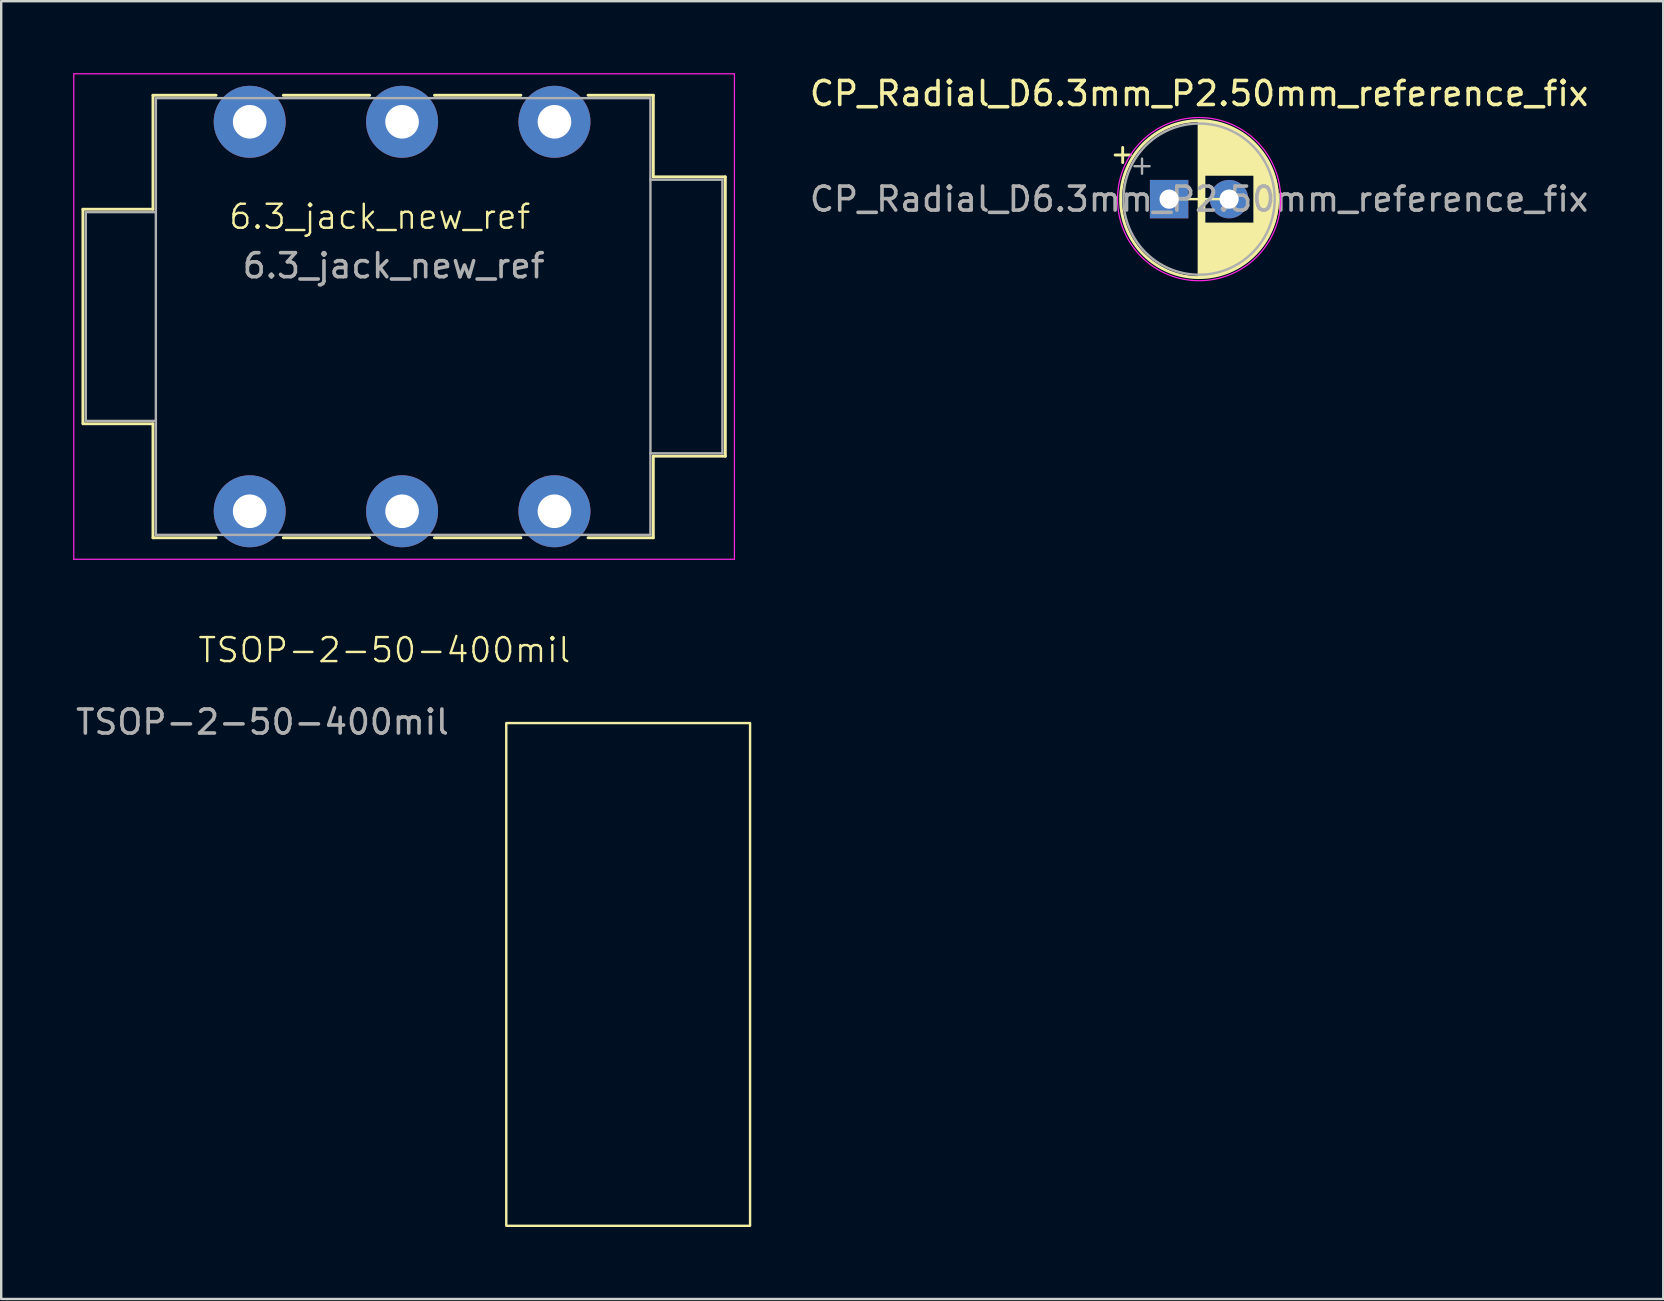
<source format=kicad_pcb>
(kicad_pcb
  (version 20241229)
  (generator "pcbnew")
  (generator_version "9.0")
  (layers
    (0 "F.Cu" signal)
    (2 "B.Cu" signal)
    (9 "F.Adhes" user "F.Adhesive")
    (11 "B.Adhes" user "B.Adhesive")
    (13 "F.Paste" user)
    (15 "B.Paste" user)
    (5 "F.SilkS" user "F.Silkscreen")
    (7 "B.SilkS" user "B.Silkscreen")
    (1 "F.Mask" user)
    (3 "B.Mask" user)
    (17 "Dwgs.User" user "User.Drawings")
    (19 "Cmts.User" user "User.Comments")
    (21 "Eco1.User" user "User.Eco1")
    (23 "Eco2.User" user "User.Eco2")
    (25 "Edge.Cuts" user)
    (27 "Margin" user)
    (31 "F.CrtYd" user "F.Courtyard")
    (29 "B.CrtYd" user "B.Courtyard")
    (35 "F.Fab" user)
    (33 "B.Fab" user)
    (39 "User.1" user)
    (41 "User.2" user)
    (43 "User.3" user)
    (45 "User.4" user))
  (footprint "CP_Radial_D6.3mm_P2.50mm_reference_fix"
    (layer "F.Cu")
    (at 46.914 5.248)
    (property "Reference" "CP_Radial_D6.3mm_P2.50mm_reference_fix" (at 0.005 -4.4 0) (layer "F.SilkS") (effects (font (size 1 1) (thickness 0.15))))
    (attr through_hole)
    (fp_line (start -3.495 -1.839) (end -2.865 -1.839) (stroke (width 0.12) (type solid)) (layer "F.SilkS"))
    (fp_line (start -3.18 -2.154) (end -3.18 -1.524) (stroke (width 0.12) (type solid)) (layer "F.SilkS"))
    (fp_line (start -1.245 0) (end 1.245 0) (stroke (width 0.1) (type default)) (layer "F.SilkS"))
    (fp_line (start 0.005 -3.23) (end 0.005 3.23) (stroke (width 0.12) (type solid)) (layer "F.SilkS"))
    (fp_line (start 0.045 -3.23) (end 0.045 3.23) (stroke (width 0.12) (type solid)) (layer "F.SilkS"))
    (fp_line (start 0.125 -3.228) (end 0.125 3.228) (stroke (width 0.12) (type solid)) (layer "F.SilkS"))
    (fp_line (start 0.205 -3.224) (end 0.205 3.224) (stroke (width 0.12) (type solid)) (layer "F.SilkS"))
    (fp_line (start 0.245 -3.222) (end 0.245 -1.04) (stroke (width 0.12) (type solid)) (layer "F.SilkS"))
    (fp_line (start 0.245 1.04) (end 0.245 3.222) (stroke (width 0.12) (type solid)) (layer "F.SilkS"))
    (fp_line (start 0.285 -3.218) (end 0.285 -1.04) (stroke (width 0.12) (type solid)) (layer "F.SilkS"))
    (fp_line (start 0.285 1.04) (end 0.285 3.218) (stroke (width 0.12) (type solid)) (layer "F.SilkS"))
    (fp_line (start 0.325 -3.215) (end 0.325 -1.04) (stroke (width 0.12) (type solid)) (layer "F.SilkS"))
    (fp_line (start 0.325 1.04) (end 0.325 3.215) (stroke (width 0.12) (type solid)) (layer "F.SilkS"))
    (fp_line (start 0.365 -3.211) (end 0.365 -1.04) (stroke (width 0.12) (type solid)) (layer "F.SilkS"))
    (fp_line (start 0.365 1.04) (end 0.365 3.211) (stroke (width 0.12) (type solid)) (layer "F.SilkS"))
    (fp_line (start 0.405 -3.206) (end 0.405 -1.04) (stroke (width 0.12) (type solid)) (layer "F.SilkS"))
    (fp_line (start 0.405 1.04) (end 0.405 3.206) (stroke (width 0.12) (type solid)) (layer "F.SilkS"))
    (fp_line (start 0.445 -3.201) (end 0.445 -1.04) (stroke (width 0.12) (type solid)) (layer "F.SilkS"))
    (fp_line (start 0.445 1.04) (end 0.445 3.201) (stroke (width 0.12) (type solid)) (layer "F.SilkS"))
    (fp_line (start 0.485 -3.195) (end 0.485 -1.04) (stroke (width 0.12) (type solid)) (layer "F.SilkS"))
    (fp_line (start 0.485 1.04) (end 0.485 3.195) (stroke (width 0.12) (type solid)) (layer "F.SilkS"))
    (fp_line (start 0.525 -3.189) (end 0.525 -1.04) (stroke (width 0.12) (type solid)) (layer "F.SilkS"))
    (fp_line (start 0.525 1.04) (end 0.525 3.189) (stroke (width 0.12) (type solid)) (layer "F.SilkS"))
    (fp_line (start 0.565 -3.182) (end 0.565 -1.04) (stroke (width 0.12) (type solid)) (layer "F.SilkS"))
    (fp_line (start 0.565 1.04) (end 0.565 3.182) (stroke (width 0.12) (type solid)) (layer "F.SilkS"))
    (fp_line (start 0.605 -3.175) (end 0.605 -1.04) (stroke (width 0.12) (type solid)) (layer "F.SilkS"))
    (fp_line (start 0.605 1.04) (end 0.605 3.175) (stroke (width 0.12) (type solid)) (layer "F.SilkS"))
    (fp_line (start 0.645 -3.167) (end 0.645 -1.04) (stroke (width 0.12) (type solid)) (layer "F.SilkS"))
    (fp_line (start 0.645 1.04) (end 0.645 3.167) (stroke (width 0.12) (type solid)) (layer "F.SilkS"))
    (fp_line (start 0.685 -3.159) (end 0.685 -1.04) (stroke (width 0.12) (type solid)) (layer "F.SilkS"))
    (fp_line (start 0.685 1.04) (end 0.685 3.159) (stroke (width 0.12) (type solid)) (layer "F.SilkS"))
    (fp_line (start 0.726 -3.15) (end 0.726 -1.04) (stroke (width 0.12) (type solid)) (layer "F.SilkS"))
    (fp_line (start 0.726 1.04) (end 0.726 3.15) (stroke (width 0.12) (type solid)) (layer "F.SilkS"))
    (fp_line (start 0.766 -3.141) (end 0.766 -1.04) (stroke (width 0.12) (type solid)) (layer "F.SilkS"))
    (fp_line (start 0.766 1.04) (end 0.766 3.141) (stroke (width 0.12) (type solid)) (layer "F.SilkS"))
    (fp_line (start 0.806 -3.131) (end 0.806 -1.04) (stroke (width 0.12) (type solid)) (layer "F.SilkS"))
    (fp_line (start 0.806 1.04) (end 0.806 3.131) (stroke (width 0.12) (type solid)) (layer "F.SilkS"))
    (fp_line (start 0.846 -3.121) (end 0.846 -1.04) (stroke (width 0.12) (type solid)) (layer "F.SilkS"))
    (fp_line (start 0.846 1.04) (end 0.846 3.121) (stroke (width 0.12) (type solid)) (layer "F.SilkS"))
    (fp_line (start 0.886 -3.11) (end 0.886 -1.04) (stroke (width 0.12) (type solid)) (layer "F.SilkS"))
    (fp_line (start 0.886 1.04) (end 0.886 3.11) (stroke (width 0.12) (type solid)) (layer "F.SilkS"))
    (fp_line (start 0.926 -3.098) (end 0.926 -1.04) (stroke (width 0.12) (type solid)) (layer "F.SilkS"))
    (fp_line (start 0.926 1.04) (end 0.926 3.098) (stroke (width 0.12) (type solid)) (layer "F.SilkS"))
    (fp_line (start 0.966 -3.086) (end 0.966 -1.04) (stroke (width 0.12) (type solid)) (layer "F.SilkS"))
    (fp_line (start 0.966 1.04) (end 0.966 3.086) (stroke (width 0.12) (type solid)) (layer "F.SilkS"))
    (fp_line (start 1.006 -3.074) (end 1.006 -1.04) (stroke (width 0.12) (type solid)) (layer "F.SilkS"))
    (fp_line (start 1.006 1.04) (end 1.006 3.074) (stroke (width 0.12) (type solid)) (layer "F.SilkS"))
    (fp_line (start 1.046 -3.061) (end 1.046 -1.04) (stroke (width 0.12) (type solid)) (layer "F.SilkS"))
    (fp_line (start 1.046 1.04) (end 1.046 3.061) (stroke (width 0.12) (type solid)) (layer "F.SilkS"))
    (fp_line (start 1.086 -3.047) (end 1.086 -1.04) (stroke (width 0.12) (type solid)) (layer "F.SilkS"))
    (fp_line (start 1.086 1.04) (end 1.086 3.047) (stroke (width 0.12) (type solid)) (layer "F.SilkS"))
    (fp_line (start 1.126 -3.033) (end 1.126 -1.04) (stroke (width 0.12) (type solid)) (layer "F.SilkS"))
    (fp_line (start 1.126 1.04) (end 1.126 3.033) (stroke (width 0.12) (type solid)) (layer "F.SilkS"))
    (fp_line (start 1.166 -3.018) (end 1.166 -1.04) (stroke (width 0.12) (type solid)) (layer "F.SilkS"))
    (fp_line (start 1.166 1.04) (end 1.166 3.018) (stroke (width 0.12) (type solid)) (layer "F.SilkS"))
    (fp_line (start 1.206 -3.002) (end 1.206 -1.04) (stroke (width 0.12) (type solid)) (layer "F.SilkS"))
    (fp_line (start 1.206 1.04) (end 1.206 3.002) (stroke (width 0.12) (type solid)) (layer "F.SilkS"))
    (fp_line (start 1.246 -2.986) (end 1.246 -1.04) (stroke (width 0.12) (type solid)) (layer "F.SilkS"))
    (fp_line (start 1.246 1.04) (end 1.246 2.986) (stroke (width 0.12) (type solid)) (layer "F.SilkS"))
    (fp_line (start 1.286 -2.97) (end 1.286 -1.04) (stroke (width 0.12) (type solid)) (layer "F.SilkS"))
    (fp_line (start 1.286 1.04) (end 1.286 2.97) (stroke (width 0.12) (type solid)) (layer "F.SilkS"))
    (fp_line (start 1.326 -2.952) (end 1.326 -1.04) (stroke (width 0.12) (type solid)) (layer "F.SilkS"))
    (fp_line (start 1.326 1.04) (end 1.326 2.952) (stroke (width 0.12) (type solid)) (layer "F.SilkS"))
    (fp_line (start 1.366 -2.934) (end 1.366 -1.04) (stroke (width 0.12) (type solid)) (layer "F.SilkS"))
    (fp_line (start 1.366 1.04) (end 1.366 2.934) (stroke (width 0.12) (type solid)) (layer "F.SilkS"))
    (fp_line (start 1.406 -2.916) (end 1.406 -1.04) (stroke (width 0.12) (type solid)) (layer "F.SilkS"))
    (fp_line (start 1.406 1.04) (end 1.406 2.916) (stroke (width 0.12) (type solid)) (layer "F.SilkS"))
    (fp_line (start 1.446 -2.896) (end 1.446 -1.04) (stroke (width 0.12) (type solid)) (layer "F.SilkS"))
    (fp_line (start 1.446 1.04) (end 1.446 2.896) (stroke (width 0.12) (type solid)) (layer "F.SilkS"))
    (fp_line (start 1.486 -2.876) (end 1.486 -1.04) (stroke (width 0.12) (type solid)) (layer "F.SilkS"))
    (fp_line (start 1.486 1.04) (end 1.486 2.876) (stroke (width 0.12) (type solid)) (layer "F.SilkS"))
    (fp_line (start 1.526 -2.856) (end 1.526 -1.04) (stroke (width 0.12) (type solid)) (layer "F.SilkS"))
    (fp_line (start 1.526 1.04) (end 1.526 2.856) (stroke (width 0.12) (type solid)) (layer "F.SilkS"))
    (fp_line (start 1.566 -2.834) (end 1.566 -1.04) (stroke (width 0.12) (type solid)) (layer "F.SilkS"))
    (fp_line (start 1.566 1.04) (end 1.566 2.834) (stroke (width 0.12) (type solid)) (layer "F.SilkS"))
    (fp_line (start 1.606 -2.812) (end 1.606 -1.04) (stroke (width 0.12) (type solid)) (layer "F.SilkS"))
    (fp_line (start 1.606 1.04) (end 1.606 2.812) (stroke (width 0.12) (type solid)) (layer "F.SilkS"))
    (fp_line (start 1.646 -2.79) (end 1.646 -1.04) (stroke (width 0.12) (type solid)) (layer "F.SilkS"))
    (fp_line (start 1.646 1.04) (end 1.646 2.79) (stroke (width 0.12) (type solid)) (layer "F.SilkS"))
    (fp_line (start 1.686 -2.766) (end 1.686 -1.04) (stroke (width 0.12) (type solid)) (layer "F.SilkS"))
    (fp_line (start 1.686 1.04) (end 1.686 2.766) (stroke (width 0.12) (type solid)) (layer "F.SilkS"))
    (fp_line (start 1.726 -2.742) (end 1.726 -1.04) (stroke (width 0.12) (type solid)) (layer "F.SilkS"))
    (fp_line (start 1.726 1.04) (end 1.726 2.742) (stroke (width 0.12) (type solid)) (layer "F.SilkS"))
    (fp_line (start 1.766 -2.716) (end 1.766 -1.04) (stroke (width 0.12) (type solid)) (layer "F.SilkS"))
    (fp_line (start 1.766 1.04) (end 1.766 2.716) (stroke (width 0.12) (type solid)) (layer "F.SilkS"))
    (fp_line (start 1.806 -2.69) (end 1.806 -1.04) (stroke (width 0.12) (type solid)) (layer "F.SilkS"))
    (fp_line (start 1.806 1.04) (end 1.806 2.69) (stroke (width 0.12) (type solid)) (layer "F.SilkS"))
    (fp_line (start 1.846 -2.664) (end 1.846 -1.04) (stroke (width 0.12) (type solid)) (layer "F.SilkS"))
    (fp_line (start 1.846 1.04) (end 1.846 2.664) (stroke (width 0.12) (type solid)) (layer "F.SilkS"))
    (fp_line (start 1.886 -2.636) (end 1.886 -1.04) (stroke (width 0.12) (type solid)) (layer "F.SilkS"))
    (fp_line (start 1.886 1.04) (end 1.886 2.636) (stroke (width 0.12) (type solid)) (layer "F.SilkS"))
    (fp_line (start 1.926 -2.607) (end 1.926 -1.04) (stroke (width 0.12) (type solid)) (layer "F.SilkS"))
    (fp_line (start 1.926 1.04) (end 1.926 2.607) (stroke (width 0.12) (type solid)) (layer "F.SilkS"))
    (fp_line (start 1.966 -2.578) (end 1.966 -1.04) (stroke (width 0.12) (type solid)) (layer "F.SilkS"))
    (fp_line (start 1.966 1.04) (end 1.966 2.578) (stroke (width 0.12) (type solid)) (layer "F.SilkS"))
    (fp_line (start 2.006 -2.548) (end 2.006 -1.04) (stroke (width 0.12) (type solid)) (layer "F.SilkS"))
    (fp_line (start 2.006 1.04) (end 2.006 2.548) (stroke (width 0.12) (type solid)) (layer "F.SilkS"))
    (fp_line (start 2.046 -2.516) (end 2.046 -1.04) (stroke (width 0.12) (type solid)) (layer "F.SilkS"))
    (fp_line (start 2.046 1.04) (end 2.046 2.516) (stroke (width 0.12) (type solid)) (layer "F.SilkS"))
    (fp_line (start 2.086 -2.484) (end 2.086 -1.04) (stroke (width 0.12) (type solid)) (layer "F.SilkS"))
    (fp_line (start 2.086 1.04) (end 2.086 2.484) (stroke (width 0.12) (type solid)) (layer "F.SilkS"))
    (fp_line (start 2.126 -2.45) (end 2.126 -1.04) (stroke (width 0.12) (type solid)) (layer "F.SilkS"))
    (fp_line (start 2.126 1.04) (end 2.126 2.45) (stroke (width 0.12) (type solid)) (layer "F.SilkS"))
    (fp_line (start 2.166 -2.416) (end 2.166 -1.04) (stroke (width 0.12) (type solid)) (layer "F.SilkS"))
    (fp_line (start 2.166 1.04) (end 2.166 2.416) (stroke (width 0.12) (type solid)) (layer "F.SilkS"))
    (fp_line (start 2.206 -2.38) (end 2.206 -1.04) (stroke (width 0.12) (type solid)) (layer "F.SilkS"))
    (fp_line (start 2.206 1.04) (end 2.206 2.38) (stroke (width 0.12) (type solid)) (layer "F.SilkS"))
    (fp_line (start 2.246 -2.343) (end 2.246 -1.04) (stroke (width 0.12) (type solid)) (layer "F.SilkS"))
    (fp_line (start 2.246 1.04) (end 2.246 2.343) (stroke (width 0.12) (type solid)) (layer "F.SilkS"))
    (fp_line (start 2.286 -2.305) (end 2.286 -1.04) (stroke (width 0.12) (type solid)) (layer "F.SilkS"))
    (fp_line (start 2.286 1.04) (end 2.286 2.305) (stroke (width 0.12) (type solid)) (layer "F.SilkS"))
    (fp_line (start 2.326 -2.265) (end 2.326 2.265) (stroke (width 0.12) (type solid)) (layer "F.SilkS"))
    (fp_line (start 2.366 -2.224) (end 2.366 2.224) (stroke (width 0.12) (type solid)) (layer "F.SilkS"))
    (fp_line (start 2.406 -2.182) (end 2.406 2.182) (stroke (width 0.12) (type solid)) (layer "F.SilkS"))
    (fp_line (start 2.446 -2.137) (end 2.446 2.137) (stroke (width 0.12) (type solid)) (layer "F.SilkS"))
    (fp_line (start 2.486 -2.092) (end 2.486 2.092) (stroke (width 0.12) (type solid)) (layer "F.SilkS"))
    (fp_line (start 2.526 -2.044) (end 2.526 2.044) (stroke (width 0.12) (type solid)) (layer "F.SilkS"))
    (fp_line (start 2.566 -1.995) (end 2.566 1.995) (stroke (width 0.12) (type solid)) (layer "F.SilkS"))
    (fp_line (start 2.606 -1.944) (end 2.606 1.944) (stroke (width 0.12) (type solid)) (layer "F.SilkS"))
    (fp_line (start 2.646 -1.89) (end 2.646 1.89) (stroke (width 0.12) (type solid)) (layer "F.SilkS"))
    (fp_line (start 2.686 -1.834) (end 2.686 1.834) (stroke (width 0.12) (type solid)) (layer "F.SilkS"))
    (fp_line (start 2.726 -1.776) (end 2.726 1.776) (stroke (width 0.12) (type solid)) (layer "F.SilkS"))
    (fp_line (start 2.766 -1.714) (end 2.766 1.714) (stroke (width 0.12) (type solid)) (layer "F.SilkS"))
    (fp_line (start 2.806 -1.65) (end 2.806 1.65) (stroke (width 0.12) (type solid)) (layer "F.SilkS"))
    (fp_line (start 2.846 -1.581) (end 2.846 1.581) (stroke (width 0.12) (type solid)) (layer "F.SilkS"))
    (fp_line (start 2.886 -1.509) (end 2.886 1.509) (stroke (width 0.12) (type solid)) (layer "F.SilkS"))
    (fp_line (start 2.926 -1.432) (end 2.926 1.432) (stroke (width 0.12) (type solid)) (layer "F.SilkS"))
    (fp_line (start 2.966 -1.35) (end 2.966 1.35) (stroke (width 0.12) (type solid)) (layer "F.SilkS"))
    (fp_line (start 3.006 -1.262) (end 3.006 1.262) (stroke (width 0.12) (type solid)) (layer "F.SilkS"))
    (fp_line (start 3.046 -1.165) (end 3.046 1.165) (stroke (width 0.12) (type solid)) (layer "F.SilkS"))
    (fp_line (start 3.086 -1.059) (end 3.086 1.059) (stroke (width 0.12) (type solid)) (layer "F.SilkS"))
    (fp_line (start 3.126 -0.94) (end 3.126 0.94) (stroke (width 0.12) (type solid)) (layer "F.SilkS"))
    (fp_line (start 3.166 -0.802) (end 3.166 0.802) (stroke (width 0.12) (type solid)) (layer "F.SilkS"))
    (fp_line (start 3.206 -0.633) (end 3.206 0.633) (stroke (width 0.12) (type solid)) (layer "F.SilkS"))
    (fp_line (start 3.246 -0.402) (end 3.246 0.402) (stroke (width 0.12) (type solid)) (layer "F.SilkS"))
    (fp_circle (center 0.005 0) (end 3.275 0) (stroke (width 0.12) (type solid)) (fill no) (layer "F.SilkS"))
    (fp_circle (center 0.005 0) (end 3.405 0) (stroke (width 0.05) (type solid)) (fill no) (layer "F.CrtYd"))
    (fp_line (start -2.689 -1.373) (end -2.059 -1.373) (stroke (width 0.1) (type solid)) (layer "F.Fab"))
    (fp_line (start -2.374 -1.688) (end -2.374 -1.058) (stroke (width 0.1) (type solid)) (layer "F.Fab"))
    (fp_circle (center 0.005 0) (end 3.155 0) (stroke (width 0.1) (type solid)) (fill no) (layer "F.Fab"))
    (fp_text user "${REFERENCE}" (at 0.005 0 0) (layer "F.Fab") (effects (font (size 1 1) (thickness 0.15))))
    (pad "1" thru_hole rect (at -1.245 0) (size 1.6 1.6) (drill 0.8) (layers "*.Cu" "*.Mask"))
    (pad "2" thru_hole circle (at 1.255 0) (size 1.6 1.6) (drill 0.8) (layers "*.Cu" "*.Mask")))
  (footprint "6.3_jack_new_ref"
    (layer "F.Cu")
    (at 13.705 10.153)
    (property "Reference" "6.3_jack_new_ref" (at -0.929 -4.171 0) (unlocked yes) (layer "F.SilkS") (effects (font (size 1 1) (thickness 0.1))))
    (attr through_hole)
    (fp_line (start -13.3 -4.483) (end -10.38 -4.483) (stroke (width 0.12) (type solid)) (layer "F.SilkS"))
    (fp_line (start -13.3 4.417) (end -13.3 -4.483) (stroke (width 0.12) (type solid)) (layer "F.SilkS"))
    (fp_line (start -13.3 4.457) (end -10.38 4.457) (stroke (width 0.12) (type solid)) (layer "F.SilkS"))
    (fp_line (start -10.38 -9.233) (end -7.75 -9.233) (stroke (width 0.12) (type solid)) (layer "F.SilkS"))
    (fp_line (start -10.38 -4.483) (end -10.38 -9.233) (stroke (width 0.12) (type solid)) (layer "F.SilkS"))
    (fp_line (start -10.38 9.207) (end -10.38 4.457) (stroke (width 0.12) (type solid)) (layer "F.SilkS"))
    (fp_line (start -7.75 9.207) (end -10.38 9.207) (stroke (width 0.12) (type solid)) (layer "F.SilkS"))
    (fp_line (start -4.95 -9.233) (end -1.35 -9.233) (stroke (width 0.12) (type solid)) (layer "F.SilkS"))
    (fp_line (start -1.35 9.207) (end -4.95 9.207) (stroke (width 0.12) (type solid)) (layer "F.SilkS"))
    (fp_line (start 1.35 -9.233) (end 4.95 -9.233) (stroke (width 0.12) (type solid)) (layer "F.SilkS"))
    (fp_line (start 4.95 9.207) (end 1.35 9.207) (stroke (width 0.12) (type solid)) (layer "F.SilkS"))
    (fp_line (start 10.47 -9.233) (end 7.75 -9.233) (stroke (width 0.12) (type solid)) (layer "F.SilkS"))
    (fp_line (start 10.47 -5.833) (end 10.47 -9.233) (stroke (width 0.12) (type solid)) (layer "F.SilkS"))
    (fp_line (start 10.47 -5.833) (end 13.47 -5.833) (stroke (width 0.12) (type solid)) (layer "F.SilkS"))
    (fp_line (start 10.47 5.807) (end 13.47 5.807) (stroke (width 0.12) (type solid)) (layer "F.SilkS"))
    (fp_line (start 10.47 9.207) (end 7.75 9.207) (stroke (width 0.12) (type solid)) (layer "F.SilkS"))
    (fp_line (start 10.47 9.207) (end 10.47 5.807) (stroke (width 0.12) (type solid)) (layer "F.SilkS"))
    (fp_line (start 13.47 5.807) (end 13.47 -5.833) (stroke (width 0.12) (type solid)) (layer "F.SilkS"))
    (fp_line (start -13.68 10.102) (end -13.68 -10.128) (stroke (width 0.05) (type solid)) (layer "F.CrtYd"))
    (fp_line (start -13.68 10.102) (end 13.85 10.102) (stroke (width 0.05) (type solid)) (layer "F.CrtYd"))
    (fp_line (start 13.85 -10.128) (end -13.68 -10.128) (stroke (width 0.05) (type solid)) (layer "F.CrtYd"))
    (fp_line (start 13.85 10.102) (end 13.85 -10.128) (stroke (width 0.05) (type solid)) (layer "F.CrtYd"))
    (fp_line (start -13.18 -4.363) (end -10.26 -4.363) (stroke (width 0.1) (type solid)) (layer "F.Fab"))
    (fp_line (start -13.18 4.337) (end -13.18 -4.363) (stroke (width 0.1) (type solid)) (layer "F.Fab"))
    (fp_line (start -13.18 4.337) (end -10.26 4.337) (stroke (width 0.1) (type solid)) (layer "F.Fab"))
    (fp_line (start -10.26 9.087) (end -10.26 -9.113) (stroke (width 0.1) (type solid)) (layer "F.Fab"))
    (fp_line (start 10.35 -9.113) (end -10.26 -9.113) (stroke (width 0.1) (type solid)) (layer "F.Fab"))
    (fp_line (start 10.35 9.087) (end -10.26 9.087) (stroke (width 0.1) (type solid)) (layer "F.Fab"))
    (fp_line (start 10.35 9.087) (end 10.35 -9.113) (stroke (width 0.1) (type solid)) (layer "F.Fab"))
    (fp_line (start 13.35 -5.713) (end 10.35 -5.713) (stroke (width 0.1) (type solid)) (layer "F.Fab"))
    (fp_line (start 13.35 5.687) (end 10.35 5.687) (stroke (width 0.1) (type solid)) (layer "F.Fab"))
    (fp_line (start 13.35 5.687) (end 13.35 -5.713) (stroke (width 0.1) (type solid)) (layer "F.Fab"))
    (fp_text user "${REFERENCE}" (at -0.35 -2.128 0) (unlocked yes) (layer "F.Fab") (effects (font (size 1 1) (thickness 0.15))))
    (pad "R" thru_hole circle (at 0 -8.128) (size 3 3) (drill 1.4) (layers "*.Cu" "*.Mask"))
    (pad "RN" thru_hole circle (at 0 8.102) (size 3 3) (drill 1.4) (layers "*.Cu" "*.Mask"))
    (pad "S" thru_hole circle (at 6.35 -8.128) (size 3 3) (drill 1.4) (layers "*.Cu" "*.Mask"))
    (pad "SN" thru_hole circle (at 6.35 8.102) (size 3 3) (drill 1.4) (layers "*.Cu" "*.Mask"))
    (pad "T" thru_hole circle (at -6.35 -8.128) (size 3 3) (drill 1.4) (layers "*.Cu" "*.Mask"))
    (pad "TN" thru_hole circle (at -6.35 8.102) (size 3 3) (drill 1.4) (layers "*.Cu" "*.Mask")))
  (footprint "TSOP-2-50-400mil"
    (layer "F.Cu")
    (at 18.047 27.081)
    (property "Reference" "TSOP-2-50-400mil" (at -5.08 -3.04 0) (unlocked yes) (layer "F.SilkS") (effects (font (size 1 1) (thickness 0.1))))
    (attr smd)
    (fp_rect (start 0 0) (end 10.16 20.95) (stroke (width 0.1) (type default)) (fill no) (layer "F.SilkS"))
    (fp_text user "${REFERENCE}" (at -10.16 -0.04 0) (unlocked yes) (layer "F.Fab") (effects (font (size 1 1) (thickness 0.15)))))
  (gr_rect
    (start -3 -3)
    (end 66.259 51.081)
    (stroke (width 0.1) (type default))
    (fill no)
    (layer "Edge.Cuts")))
</source>
